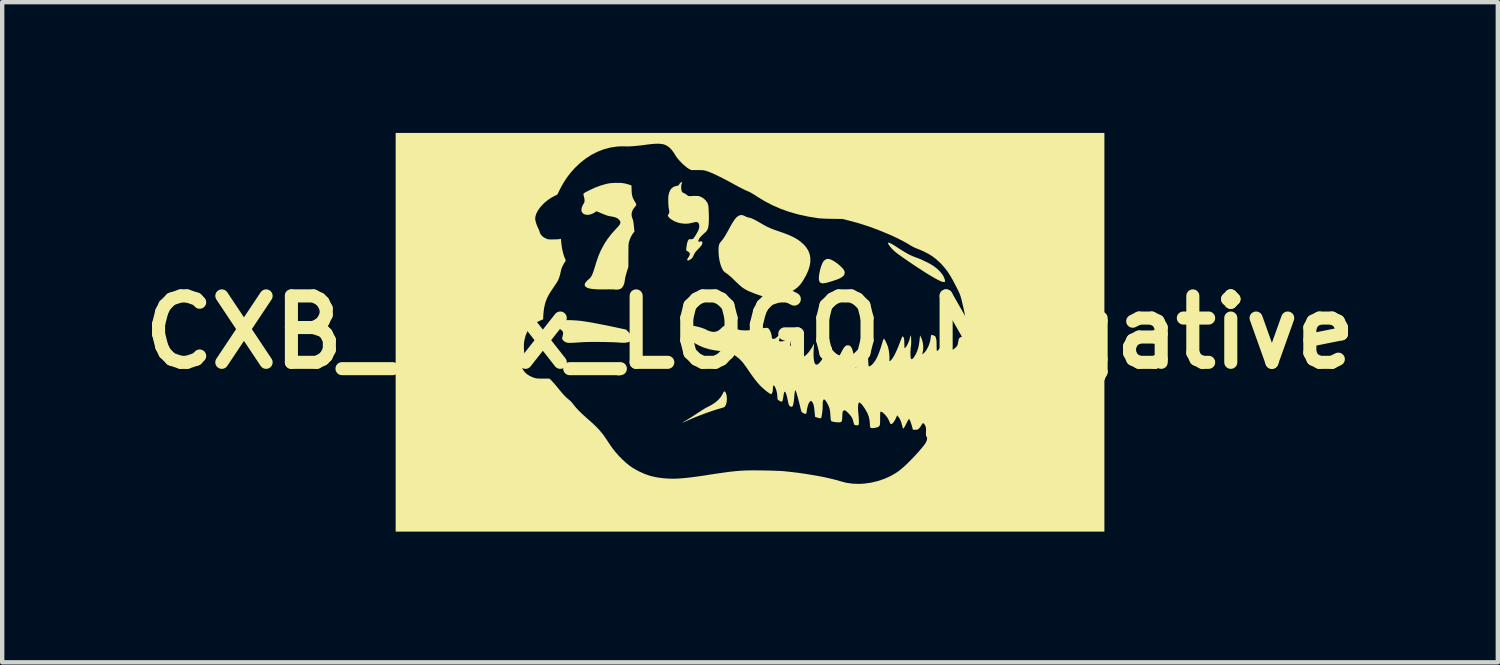
<source format=kicad_pcb>
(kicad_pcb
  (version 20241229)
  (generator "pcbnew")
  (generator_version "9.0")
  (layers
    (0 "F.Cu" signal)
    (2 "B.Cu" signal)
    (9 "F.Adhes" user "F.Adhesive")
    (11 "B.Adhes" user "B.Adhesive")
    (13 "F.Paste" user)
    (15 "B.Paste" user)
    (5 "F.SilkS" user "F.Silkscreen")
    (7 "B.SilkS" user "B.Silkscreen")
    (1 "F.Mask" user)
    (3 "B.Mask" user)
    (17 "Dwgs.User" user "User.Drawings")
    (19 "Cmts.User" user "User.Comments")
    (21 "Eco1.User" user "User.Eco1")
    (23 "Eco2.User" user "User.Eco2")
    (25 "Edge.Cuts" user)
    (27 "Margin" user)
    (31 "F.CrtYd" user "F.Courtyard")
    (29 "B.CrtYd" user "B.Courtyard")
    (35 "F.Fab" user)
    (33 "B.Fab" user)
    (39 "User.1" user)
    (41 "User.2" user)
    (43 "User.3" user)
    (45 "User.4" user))
  (footprint "CXB_Rex_LOGO_Negative"
    (layer "F.Cu")
    (at 14.159 4.574)
    (property "Reference" "CXB_Rex_LOGO_Negative" (at 0 0 0) (layer "F.SilkS") (effects (font (size 1.524 1.524) (thickness 0.3))))
    (attr board_only exclude_from_pos_files exclude_from_bom)
    (fp_poly (pts (xy -2.985 0.819) (xy -2.959 0.834) (xy -2.932 0.854) (xy -2.91 0.876) (xy -2.9 0.89) (xy -2.892 0.909) (xy -2.893 0.923) (xy -2.9 0.936) (xy -2.927 0.963) (xy -2.964 0.981) (xy -3.005 0.989) (xy -3.045 0.986) (xy -3.071 0.975) (xy -3.092 0.955) (xy -3.104 0.931) (xy -3.105 0.908) (xy -3.102 0.902) (xy -3.088 0.883) (xy -3.067 0.86) (xy -3.045 0.839) (xy -3.023 0.822) (xy -3.008 0.813) (xy -3.006 0.813)) (stroke (width 0) (type solid)) (fill yes) (layer "F.SilkS"))
    (fp_poly (pts (xy 1.825 -1.679) (xy 1.873 -1.66) (xy 1.927 -1.631) (xy 1.984 -1.593) (xy 2.041 -1.547) (xy 2.088 -1.504) (xy 2.121 -1.47) (xy 2.143 -1.444) (xy 2.158 -1.422) (xy 2.166 -1.401) (xy 2.168 -1.396) (xy 2.172 -1.358) (xy 2.164 -1.324) (xy 2.142 -1.293) (xy 2.104 -1.263) (xy 2.053 -1.234) (xy 2.027 -1.223) (xy 1.99 -1.209) (xy 1.944 -1.193) (xy 1.893 -1.176) (xy 1.843 -1.16) (xy 1.796 -1.147) (xy 1.758 -1.136) (xy 1.732 -1.131) (xy 1.706 -1.127) (xy 1.684 -1.123) (xy 1.681 -1.123) (xy 1.661 -1.123) (xy 1.637 -1.128) (xy 1.637 -1.128) (xy 1.61 -1.141) (xy 1.592 -1.164) (xy 1.582 -1.198) (xy 1.579 -1.245) (xy 1.584 -1.305) (xy 1.588 -1.33) (xy 1.599 -1.391) (xy 1.613 -1.452) (xy 1.631 -1.51) (xy 1.649 -1.561) (xy 1.668 -1.601) (xy 1.678 -1.618) (xy 1.711 -1.654) (xy 1.747 -1.677) (xy 1.784 -1.685) (xy 1.785 -1.685)) (stroke (width 0) (type solid)) (fill yes) (layer "F.SilkS"))
    (fp_poly (pts (xy -0.569 1.366) (xy -0.556 1.39) (xy -0.554 1.394) (xy -0.539 1.441) (xy -0.532 1.493) (xy -0.531 1.547) (xy -0.537 1.6) (xy -0.548 1.647) (xy -0.564 1.686) (xy -0.586 1.712) (xy -0.592 1.717) (xy -0.606 1.723) (xy -0.633 1.732) (xy -0.666 1.742) (xy -0.687 1.748) (xy -0.77 1.772) (xy -0.865 1.803) (xy -0.969 1.839) (xy -1.076 1.878) (xy -1.185 1.92) (xy -1.292 1.963) (xy -1.392 2.006) (xy -1.432 2.024) (xy -1.48 2.045) (xy -1.514 2.061) (xy -1.536 2.07) (xy -1.548 2.074) (xy -1.551 2.074) (xy -1.549 2.072) (xy -1.541 2.067) (xy -1.521 2.054) (xy -1.492 2.037) (xy -1.457 2.016) (xy -1.45 2.012) (xy -1.413 1.989) (xy -1.366 1.96) (xy -1.312 1.926) (xy -1.257 1.89) (xy -1.203 1.854) (xy -1.197 1.85) (xy -1.146 1.817) (xy -1.095 1.784) (xy -1.048 1.755) (xy -1.007 1.731) (xy -0.975 1.714) (xy -0.969 1.712) (xy -0.877 1.663) (xy -0.795 1.608) (xy -0.727 1.55) (xy -0.673 1.489) (xy -0.635 1.426) (xy -0.635 1.424) (xy -0.615 1.386) (xy -0.598 1.363) (xy -0.583 1.357)) (stroke (width 0) (type solid)) (fill yes) (layer "F.SilkS"))
    (fp_poly (pts (xy 3.208 -2.048) (xy 3.244 -2.03) (xy 3.291 -2.004) (xy 3.346 -1.969) (xy 3.365 -1.957) (xy 3.449 -1.902) (xy 3.522 -1.857) (xy 3.585 -1.819) (xy 3.642 -1.788) (xy 3.695 -1.762) (xy 3.746 -1.74) (xy 3.797 -1.72) (xy 3.814 -1.714) (xy 3.879 -1.69) (xy 3.951 -1.659) (xy 4.026 -1.623) (xy 4.098 -1.587) (xy 4.162 -1.551) (xy 4.199 -1.528) (xy 4.264 -1.481) (xy 4.324 -1.429) (xy 4.376 -1.374) (xy 4.418 -1.32) (xy 4.442 -1.278) (xy 4.456 -1.244) (xy 4.468 -1.213) (xy 4.473 -1.189) (xy 4.474 -1.186) (xy 4.474 -1.166) (xy 4.468 -1.157) (xy 4.451 -1.154) (xy 4.451 -1.154) (xy 4.425 -1.156) (xy 4.397 -1.163) (xy 4.396 -1.164) (xy 4.349 -1.184) (xy 4.29 -1.214) (xy 4.219 -1.253) (xy 4.138 -1.301) (xy 4.047 -1.356) (xy 3.947 -1.42) (xy 3.839 -1.49) (xy 3.724 -1.567) (xy 3.603 -1.649) (xy 3.557 -1.681) (xy 3.487 -1.73) (xy 3.428 -1.772) (xy 3.38 -1.807) (xy 3.34 -1.839) (xy 3.307 -1.867) (xy 3.279 -1.894) (xy 3.252 -1.921) (xy 3.231 -1.946) (xy 3.197 -1.988) (xy 3.176 -2.021) (xy 3.167 -2.044) (xy 3.171 -2.055) (xy 3.183 -2.057)) (stroke (width 0) (type solid)) (fill yes) (layer "F.SilkS"))
    (fp_poly (pts (xy -4.054 -0.275) (xy -3.985 -0.271) (xy -3.915 -0.265) (xy -3.83 -0.254) (xy -3.732 -0.239) (xy -3.618 -0.22) (xy -3.49 -0.196) (xy -3.347 -0.168) (xy -3.187 -0.135) (xy -3.012 -0.098) (xy -2.994 -0.094) (xy -2.842 -0.061) (xy -2.781 0.003) (xy -2.739 0.052) (xy -2.711 0.094) (xy -2.699 0.129) (xy -2.701 0.16) (xy -2.717 0.186) (xy -2.747 0.209) (xy -2.748 0.209) (xy -2.799 0.229) (xy -2.862 0.24) (xy -2.937 0.241) (xy -2.986 0.237) (xy -3.028 0.234) (xy -3.084 0.231) (xy -3.152 0.228) (xy -3.228 0.226) (xy -3.311 0.224) (xy -3.397 0.223) (xy -3.485 0.222) (xy -3.57 0.222) (xy -3.651 0.222) (xy -3.725 0.223) (xy -3.79 0.225) (xy -3.842 0.227) (xy -3.858 0.228) (xy -3.942 0.234) (xy -4.012 0.238) (xy -4.068 0.241) (xy -4.113 0.243) (xy -4.147 0.243) (xy -4.174 0.241) (xy -4.194 0.239) (xy -4.21 0.235) (xy -4.213 0.234) (xy -4.261 0.21) (xy -4.294 0.179) (xy -4.302 0.167) (xy -4.308 0.154) (xy -4.31 0.139) (xy -4.307 0.119) (xy -4.299 0.087) (xy -4.299 0.086) (xy -4.291 0.046) (xy -4.288 0.014) (xy -4.29 0.001) (xy -4.303 -0.026) (xy -4.331 -0.054) (xy -4.37 -0.079) (xy -4.4 -0.093) (xy -4.435 -0.113) (xy -4.457 -0.139) (xy -4.464 -0.167) (xy -4.457 -0.195) (xy -4.446 -0.21) (xy -4.419 -0.233) (xy -4.385 -0.251) (xy -4.342 -0.264) (xy -4.289 -0.273) (xy -4.224 -0.278) (xy -4.146 -0.279)) (stroke (width 0) (type solid)) (fill yes) (layer "F.SilkS"))
    (fp_poly (pts (xy -0.167 -2.686) (xy -0.126 -2.67) (xy -0.116 -2.664) (xy -0.086 -2.65) (xy -0.059 -2.639) (xy -0.04 -2.634) (xy -0.039 -2.634) (xy -0.007 -2.629) (xy 0.037 -2.613) (xy 0.093 -2.588) (xy 0.159 -2.553) (xy 0.234 -2.51) (xy 0.245 -2.503) (xy 0.318 -2.461) (xy 0.387 -2.424) (xy 0.457 -2.392) (xy 0.533 -2.361) (xy 0.621 -2.33) (xy 0.634 -2.325) (xy 0.736 -2.29) (xy 0.823 -2.258) (xy 0.898 -2.228) (xy 0.963 -2.199) (xy 1.021 -2.17) (xy 1.072 -2.14) (xy 1.12 -2.108) (xy 1.143 -2.092) (xy 1.223 -2.024) (xy 1.288 -1.951) (xy 1.336 -1.874) (xy 1.368 -1.793) (xy 1.384 -1.706) (xy 1.384 -1.615) (xy 1.368 -1.518) (xy 1.336 -1.417) (xy 1.288 -1.31) (xy 1.224 -1.198) (xy 1.194 -1.151) (xy 1.144 -1.085) (xy 1.089 -1.03) (xy 1.024 -0.98) (xy 0.984 -0.955) (xy 0.871 -0.894) (xy 0.757 -0.85) (xy 0.64 -0.822) (xy 0.52 -0.809) (xy 0.508 -0.809) (xy 0.461 -0.808) (xy 0.415 -0.809) (xy 0.374 -0.811) (xy 0.349 -0.814) (xy 0.31 -0.822) (xy 0.259 -0.836) (xy 0.201 -0.855) (xy 0.138 -0.877) (xy 0.074 -0.901) (xy 0.014 -0.925) (xy -0.04 -0.949) (xy -0.083 -0.97) (xy -0.085 -0.971) (xy -0.12 -0.991) (xy -0.153 -1.012) (xy -0.185 -1.035) (xy -0.219 -1.063) (xy -0.257 -1.096) (xy -0.301 -1.138) (xy -0.355 -1.19) (xy -0.356 -1.191) (xy -0.408 -1.241) (xy -0.456 -1.285) (xy -0.497 -1.32) (xy -0.53 -1.345) (xy -0.542 -1.353) (xy -0.579 -1.378) (xy -0.605 -1.404) (xy -0.625 -1.432) (xy -0.655 -1.493) (xy -0.681 -1.567) (xy -0.701 -1.65) (xy -0.715 -1.74) (xy -0.722 -1.832) (xy -0.722 -1.868) (xy -0.722 -1.926) (xy -0.718 -1.972) (xy -0.71 -2.008) (xy -0.698 -2.038) (xy -0.679 -2.066) (xy -0.663 -2.085) (xy -0.64 -2.113) (xy -0.616 -2.144) (xy -0.592 -2.181) (xy -0.564 -2.225) (xy -0.533 -2.279) (xy -0.496 -2.345) (xy -0.474 -2.386) (xy -0.431 -2.464) (xy -0.393 -2.527) (xy -0.36 -2.577) (xy -0.33 -2.615) (xy -0.303 -2.644) (xy -0.277 -2.663) (xy -0.275 -2.665) (xy -0.236 -2.684) (xy -0.201 -2.691)) (stroke (width 0) (type solid)) (fill yes) (layer "F.SilkS"))
    (fp_poly (pts (xy -2.952 -3.426) (xy -2.891 -3.418) (xy -2.832 -3.405) (xy -2.786 -3.391) (xy -2.721 -3.369) (xy -2.717 -3.258) (xy -2.714 -3.197) (xy -2.707 -3.149) (xy -2.697 -3.107) (xy -2.681 -3.067) (xy -2.658 -3.024) (xy -2.643 -2.998) (xy -2.626 -2.97) (xy -2.614 -2.945) (xy -2.609 -2.929) (xy -2.609 -2.927) (xy -2.614 -2.914) (xy -2.628 -2.892) (xy -2.649 -2.868) (xy -2.65 -2.866) (xy -2.688 -2.814) (xy -2.711 -2.758) (xy -2.718 -2.7) (xy -2.71 -2.642) (xy -2.695 -2.604) (xy -2.687 -2.581) (xy -2.679 -2.548) (xy -2.672 -2.501) (xy -2.665 -2.44) (xy -2.665 -2.44) (xy -2.652 -2.309) (xy -2.677 -2.281) (xy -2.704 -2.242) (xy -2.732 -2.192) (xy -2.757 -2.133) (xy -2.771 -2.091) (xy -2.777 -2.072) (xy -2.781 -2.055) (xy -2.784 -2.036) (xy -2.787 -2.013) (xy -2.788 -1.985) (xy -2.789 -1.948) (xy -2.79 -1.902) (xy -2.79 -1.843) (xy -2.791 -1.769) (xy -2.791 -1.766) (xy -2.791 -1.503) (xy -2.827 -1.389) (xy -2.844 -1.33) (xy -2.859 -1.273) (xy -2.869 -1.222) (xy -2.871 -1.2) (xy -2.884 -1.128) (xy -2.905 -1.07) (xy -2.933 -1.026) (xy -2.97 -0.997) (xy -2.972 -0.996) (xy -3.002 -0.985) (xy -3.04 -0.979) (xy -3.079 -0.978) (xy -3.104 -0.981) (xy -3.12 -0.983) (xy -3.149 -0.984) (xy -3.191 -0.985) (xy -3.24 -0.985) (xy -3.296 -0.984) (xy -3.329 -0.984) (xy -3.441 -0.983) (xy -3.536 -0.987) (xy -3.616 -0.993) (xy -3.68 -1.004) (xy -3.73 -1.019) (xy -3.765 -1.038) (xy -3.786 -1.06) (xy -3.794 -1.088) (xy -3.794 -1.091) (xy -3.787 -1.119) (xy -3.767 -1.151) (xy -3.738 -1.185) (xy -3.703 -1.214) (xy -3.678 -1.236) (xy -3.655 -1.264) (xy -3.633 -1.299) (xy -3.612 -1.345) (xy -3.591 -1.402) (xy -3.568 -1.473) (xy -3.557 -1.508) (xy -3.53 -1.598) (xy -3.504 -1.676) (xy -3.48 -1.744) (xy -3.455 -1.806) (xy -3.429 -1.865) (xy -3.407 -1.91) (xy -3.341 -2.03) (xy -3.266 -2.145) (xy -3.179 -2.258) (xy -3.077 -2.371) (xy -3.065 -2.383) (xy -3.026 -2.425) (xy -2.999 -2.459) (xy -2.981 -2.486) (xy -2.974 -2.509) (xy -2.975 -2.53) (xy -2.982 -2.552) (xy -2.985 -2.556) (xy -3.013 -2.593) (xy -3.057 -2.623) (xy -3.116 -2.645) (xy -3.189 -2.659) (xy -3.195 -2.66) (xy -3.227 -2.665) (xy -3.261 -2.673) (xy -3.3 -2.686) (xy -3.349 -2.705) (xy -3.392 -2.722) (xy -3.523 -2.777) (xy -3.566 -2.748) (xy -3.618 -2.719) (xy -3.671 -2.701) (xy -3.722 -2.694) (xy -3.768 -2.698) (xy -3.808 -2.711) (xy -3.84 -2.734) (xy -3.861 -2.767) (xy -3.868 -2.793) (xy -3.867 -2.834) (xy -3.854 -2.88) (xy -3.833 -2.927) (xy -3.819 -2.949) (xy -3.804 -2.975) (xy -3.797 -3.001) (xy -3.796 -3.032) (xy -3.801 -3.071) (xy -3.811 -3.112) (xy -3.818 -3.138) (xy -3.822 -3.157) (xy -3.822 -3.171) (xy -3.816 -3.184) (xy -3.803 -3.196) (xy -3.78 -3.21) (xy -3.745 -3.228) (xy -3.698 -3.252) (xy -3.693 -3.255) (xy -3.566 -3.315) (xy -3.44 -3.363) (xy -3.32 -3.398) (xy -3.272 -3.41) (xy -3.228 -3.418) (xy -3.182 -3.423) (xy -3.128 -3.427) (xy -3.1 -3.428) (xy -3.02 -3.429)) (stroke (width 0) (type solid)) (fill yes) (layer "F.SilkS"))
    (fp_poly (pts (xy -1.557 -3.441) (xy -1.563 -3.424) (xy -1.565 -3.42) (xy -1.575 -3.389) (xy -1.579 -3.343) (xy -1.579 -3.324) (xy -1.576 -3.272) (xy -1.567 -3.235) (xy -1.551 -3.21) (xy -1.527 -3.198) (xy -1.525 -3.197) (xy -1.505 -3.189) (xy -1.479 -3.173) (xy -1.455 -3.156) (xy -1.43 -3.137) (xy -1.412 -3.127) (xy -1.394 -3.123) (xy -1.37 -3.124) (xy -1.364 -3.125) (xy -1.332 -3.126) (xy -1.291 -3.128) (xy -1.25 -3.129) (xy -1.245 -3.129) (xy -1.207 -3.128) (xy -1.179 -3.126) (xy -1.155 -3.119) (xy -1.127 -3.107) (xy -1.116 -3.102) (xy -1.061 -3.067) (xy -1.014 -3.023) (xy -0.979 -2.972) (xy -0.967 -2.945) (xy -0.962 -2.927) (xy -0.957 -2.907) (xy -0.954 -2.881) (xy -0.951 -2.847) (xy -0.949 -2.802) (xy -0.947 -2.744) (xy -0.945 -2.706) (xy -0.944 -2.615) (xy -0.945 -2.539) (xy -0.949 -2.476) (xy -0.956 -2.424) (xy -0.967 -2.382) (xy -0.981 -2.347) (xy -1.001 -2.318) (xy -1.025 -2.293) (xy -1.033 -2.287) (xy -1.091 -2.235) (xy -1.136 -2.188) (xy -1.167 -2.146) (xy -1.183 -2.11) (xy -1.186 -2.091) (xy -1.183 -2.079) (xy -1.173 -2.077) (xy -1.162 -2.079) (xy -1.13 -2.086) (xy -1.109 -2.086) (xy -1.099 -2.078) (xy -1.094 -2.062) (xy -1.094 -2.061) (xy -1.095 -2.036) (xy -1.104 -2.011) (xy -1.123 -1.982) (xy -1.152 -1.948) (xy -1.19 -1.909) (xy -1.232 -1.865) (xy -1.262 -1.827) (xy -1.282 -1.791) (xy -1.283 -1.79) (xy -1.296 -1.761) (xy -1.309 -1.734) (xy -1.316 -1.72) (xy -1.33 -1.701) (xy -1.355 -1.68) (xy -1.383 -1.661) (xy -1.408 -1.649) (xy -1.411 -1.648) (xy -1.43 -1.649) (xy -1.439 -1.654) (xy -1.443 -1.666) (xy -1.437 -1.682) (xy -1.427 -1.697) (xy -1.4 -1.74) (xy -1.385 -1.773) (xy -1.381 -1.8) (xy -1.388 -1.821) (xy -1.406 -1.841) (xy -1.406 -1.841) (xy -1.427 -1.856) (xy -1.447 -1.867) (xy -1.449 -1.868) (xy -1.458 -1.872) (xy -1.463 -1.88) (xy -1.464 -1.895) (xy -1.462 -1.922) (xy -1.461 -1.934) (xy -1.454 -1.99) (xy -1.444 -2.041) (xy -1.432 -2.083) (xy -1.418 -2.113) (xy -1.415 -2.117) (xy -1.403 -2.131) (xy -1.388 -2.136) (xy -1.363 -2.136) (xy -1.36 -2.136) (xy -1.337 -2.135) (xy -1.32 -2.138) (xy -1.304 -2.148) (xy -1.288 -2.167) (xy -1.267 -2.197) (xy -1.257 -2.212) (xy -1.217 -2.279) (xy -1.188 -2.336) (xy -1.17 -2.385) (xy -1.164 -2.428) (xy -1.167 -2.466) (xy -1.169 -2.472) (xy -1.179 -2.5) (xy -1.194 -2.518) (xy -1.216 -2.528) (xy -1.247 -2.529) (xy -1.289 -2.522) (xy -1.342 -2.508) (xy -1.421 -2.493) (xy -1.505 -2.491) (xy -1.589 -2.501) (xy -1.672 -2.522) (xy -1.748 -2.554) (xy -1.815 -2.596) (xy -1.839 -2.615) (xy -1.868 -2.644) (xy -1.883 -2.668) (xy -1.885 -2.686) (xy -1.877 -2.7) (xy -1.857 -2.732) (xy -1.851 -2.768) (xy -1.858 -2.807) (xy -1.864 -2.84) (xy -1.87 -2.885) (xy -1.874 -2.938) (xy -1.876 -2.994) (xy -1.876 -3.049) (xy -1.875 -3.098) (xy -1.872 -3.135) (xy -1.855 -3.206) (xy -1.829 -3.265) (xy -1.793 -3.309) (xy -1.747 -3.34) (xy -1.691 -3.358) (xy -1.678 -3.36) (xy -1.653 -3.364) (xy -1.638 -3.373) (xy -1.627 -3.39) (xy -1.624 -3.396) (xy -1.606 -3.422) (xy -1.582 -3.44) (xy -1.559 -3.447)) (stroke (width 0) (type solid)) (fill yes) (layer "F.SilkS"))
    (fp_poly (pts (xy 8.131 4.574) (xy -8.131 4.574) (xy -8.131 0.758) (xy -5.242 0.758) (xy -5.231 0.812) (xy -5.206 0.864) (xy -5.169 0.914) (xy -5.12 0.96) (xy -5.059 0.999) (xy -4.989 1.032) (xy -4.968 1.039) (xy -4.942 1.048) (xy -4.919 1.054) (xy -4.895 1.058) (xy -4.868 1.061) (xy -4.833 1.062) (xy -4.786 1.063) (xy -4.752 1.063) (xy -4.605 1.063) (xy -4.563 1.1) (xy -4.545 1.118) (xy -4.519 1.147) (xy -4.487 1.183) (xy -4.451 1.225) (xy -4.414 1.27) (xy -4.404 1.282) (xy -4.347 1.352) (xy -4.298 1.409) (xy -4.254 1.457) (xy -4.215 1.496) (xy -4.179 1.528) (xy -4.148 1.553) (xy -4.123 1.575) (xy -4.094 1.604) (xy -4.067 1.637) (xy -4.063 1.642) (xy -4.026 1.69) (xy -3.987 1.736) (xy -3.943 1.783) (xy -3.893 1.833) (xy -3.836 1.888) (xy -3.767 1.95) (xy -3.732 1.982) (xy -3.656 2.049) (xy -3.591 2.108) (xy -3.536 2.16) (xy -3.488 2.209) (xy -3.445 2.257) (xy -3.405 2.305) (xy -3.365 2.356) (xy -3.325 2.412) (xy -3.282 2.475) (xy -3.245 2.532) (xy -3.171 2.641) (xy -3.096 2.738) (xy -3.017 2.828) (xy -2.929 2.918) (xy -2.849 2.992) (xy -2.773 3.054) (xy -2.696 3.108) (xy -2.614 3.157) (xy -2.545 3.193) (xy -2.417 3.25) (xy -2.292 3.294) (xy -2.164 3.325) (xy -2.033 3.344) (xy -1.962 3.351) (xy -1.894 3.356) (xy -1.826 3.359) (xy -1.756 3.36) (xy -1.684 3.358) (xy -1.607 3.354) (xy -1.524 3.347) (xy -1.433 3.338) (xy -1.332 3.326) (xy -1.22 3.311) (xy -1.095 3.293) (xy -0.954 3.272) (xy -0.94 3.269) (xy -0.808 3.249) (xy -0.69 3.232) (xy -0.585 3.217) (xy -0.49 3.204) (xy -0.403 3.194) (xy -0.321 3.186) (xy -0.243 3.179) (xy -0.167 3.174) (xy -0.09 3.171) (xy -0.009 3.169) (xy 0.076 3.168) (xy 0.169 3.169) (xy 0.271 3.17) (xy 0.3 3.17) (xy 0.395 3.172) (xy 0.487 3.174) (xy 0.572 3.177) (xy 0.649 3.18) (xy 0.715 3.183) (xy 0.767 3.187) (xy 0.779 3.188) (xy 0.939 3.205) (xy 1.1 3.224) (xy 1.259 3.247) (xy 1.415 3.272) (xy 1.566 3.298) (xy 1.709 3.326) (xy 1.842 3.356) (xy 1.963 3.386) (xy 2.07 3.416) (xy 2.089 3.422) (xy 2.219 3.455) (xy 2.356 3.474) (xy 2.499 3.479) (xy 2.627 3.472) (xy 2.784 3.449) (xy 2.937 3.412) (xy 3.084 3.362) (xy 3.222 3.3) (xy 3.35 3.226) (xy 3.422 3.176) (xy 3.479 3.13) (xy 3.545 3.072) (xy 3.616 3.005) (xy 3.691 2.93) (xy 3.768 2.85) (xy 3.844 2.768) (xy 3.917 2.684) (xy 3.938 2.659) (xy 3.978 2.61) (xy 4.008 2.571) (xy 4.029 2.538) (xy 4.044 2.51) (xy 4.054 2.483) (xy 4.058 2.469) (xy 4.063 2.441) (xy 4.063 2.423) (xy 4.056 2.406) (xy 4.05 2.396) (xy 4.042 2.38) (xy 4.038 2.363) (xy 4.036 2.341) (xy 4.036 2.309) (xy 4.038 2.287) (xy 4.039 2.24) (xy 4.037 2.2) (xy 4.032 2.171) (xy 4.032 2.171) (xy 4.022 2.144) (xy 4.006 2.117) (xy 3.989 2.096) (xy 3.974 2.085) (xy 3.969 2.084) (xy 3.961 2.09) (xy 3.947 2.109) (xy 3.931 2.134) (xy 3.93 2.135) (xy 3.91 2.166) (xy 3.889 2.194) (xy 3.872 2.211) (xy 3.854 2.225) (xy 3.836 2.233) (xy 3.812 2.236) (xy 3.791 2.236) (xy 3.738 2.236) (xy 3.715 2.153) (xy 3.697 2.095) (xy 3.681 2.048) (xy 3.666 2.015) (xy 3.654 1.995) (xy 3.647 1.99) (xy 3.64 1.998) (xy 3.627 2.017) (xy 3.611 2.046) (xy 3.593 2.081) (xy 3.568 2.131) (xy 3.547 2.17) (xy 3.529 2.196) (xy 3.516 2.209) (xy 3.511 2.209) (xy 3.507 2.2) (xy 3.5 2.178) (xy 3.492 2.147) (xy 3.486 2.124) (xy 3.468 2.061) (xy 3.447 2.009) (xy 3.423 1.965) (xy 3.402 1.937) (xy 3.377 1.904) (xy 3.359 1.945) (xy 3.333 1.999) (xy 3.311 2.04) (xy 3.288 2.071) (xy 3.277 2.083) (xy 3.252 2.103) (xy 3.233 2.108) (xy 3.219 2.097) (xy 3.21 2.077) (xy 3.2 2.053) (xy 3.186 2.022) (xy 3.17 1.989) (xy 3.15 1.956) (xy 3.124 1.921) (xy 3.095 1.888) (xy 3.065 1.859) (xy 3.038 1.837) (xy 3.016 1.824) (xy 3.005 1.822) (xy 2.998 1.824) (xy 2.993 1.827) (xy 2.989 1.835) (xy 2.987 1.85) (xy 2.986 1.875) (xy 2.986 1.91) (xy 2.985 1.96) (xy 2.985 1.973) (xy 2.985 2.033) (xy 2.984 2.077) (xy 2.981 2.11) (xy 2.976 2.134) (xy 2.968 2.15) (xy 2.957 2.161) (xy 2.942 2.171) (xy 2.939 2.172) (xy 2.911 2.183) (xy 2.876 2.191) (xy 2.838 2.197) (xy 2.804 2.199) (xy 2.78 2.196) (xy 2.777 2.195) (xy 2.767 2.191) (xy 2.761 2.183) (xy 2.756 2.171) (xy 2.753 2.149) (xy 2.751 2.115) (xy 2.75 2.099) (xy 2.741 2.01) (xy 2.723 1.932) (xy 2.695 1.859) (xy 2.663 1.799) (xy 2.626 1.739) (xy 2.591 1.689) (xy 2.56 1.65) (xy 2.533 1.625) (xy 2.527 1.62) (xy 2.511 1.611) (xy 2.502 1.612) (xy 2.494 1.62) (xy 2.486 1.641) (xy 2.481 1.676) (xy 2.478 1.722) (xy 2.479 1.776) (xy 2.483 1.834) (xy 2.486 1.865) (xy 2.492 1.927) (xy 2.496 1.985) (xy 2.498 2.038) (xy 2.497 2.08) (xy 2.494 2.11) (xy 2.493 2.115) (xy 2.488 2.127) (xy 2.476 2.133) (xy 2.453 2.134) (xy 2.449 2.134) (xy 2.422 2.132) (xy 2.401 2.126) (xy 2.397 2.123) (xy 2.389 2.111) (xy 2.38 2.086) (xy 2.371 2.054) (xy 2.369 2.046) (xy 2.357 2.001) (xy 2.341 1.962) (xy 2.331 1.945) (xy 2.307 1.913) (xy 2.278 1.879) (xy 2.248 1.847) (xy 2.219 1.82) (xy 2.195 1.801) (xy 2.185 1.795) (xy 2.165 1.789) (xy 2.152 1.793) (xy 2.14 1.803) (xy 2.132 1.812) (xy 2.127 1.825) (xy 2.123 1.843) (xy 2.12 1.871) (xy 2.118 1.911) (xy 2.117 1.926) (xy 2.115 1.978) (xy 2.11 2.016) (xy 2.103 2.041) (xy 2.091 2.056) (xy 2.074 2.064) (xy 2.049 2.066) (xy 2.038 2.066) (xy 1.993 2.065) (xy 1.95 2.06) (xy 1.912 2.054) (xy 1.882 2.046) (xy 1.865 2.038) (xy 1.865 2.038) (xy 1.859 2.027) (xy 1.853 2.005) (xy 1.849 1.972) (xy 1.846 1.925) (xy 1.845 1.916) (xy 1.841 1.854) (xy 1.835 1.805) (xy 1.828 1.764) (xy 1.817 1.727) (xy 1.803 1.691) (xy 1.786 1.656) (xy 1.757 1.603) (xy 1.732 1.566) (xy 1.711 1.545) (xy 1.694 1.541) (xy 1.681 1.554) (xy 1.672 1.583) (xy 1.667 1.628) (xy 1.667 1.679) (xy 1.665 1.765) (xy 1.655 1.854) (xy 1.638 1.951) (xy 1.634 1.966) (xy 1.625 1.972) (xy 1.608 1.972) (xy 1.596 1.97) (xy 1.563 1.964) (xy 1.53 1.953) (xy 1.526 1.952) (xy 1.492 1.938) (xy 1.487 1.882) (xy 1.481 1.82) (xy 1.475 1.764) (xy 1.468 1.715) (xy 1.461 1.678) (xy 1.457 1.66) (xy 1.444 1.626) (xy 1.427 1.598) (xy 1.41 1.58) (xy 1.398 1.575) (xy 1.379 1.583) (xy 1.359 1.607) (xy 1.341 1.643) (xy 1.325 1.692) (xy 1.311 1.75) (xy 1.302 1.802) (xy 1.297 1.836) (xy 1.293 1.857) (xy 1.288 1.867) (xy 1.28 1.871) (xy 1.271 1.872) (xy 1.25 1.867) (xy 1.225 1.856) (xy 1.213 1.849) (xy 1.198 1.839) (xy 1.187 1.829) (xy 1.179 1.815) (xy 1.172 1.796) (xy 1.164 1.766) (xy 1.155 1.728) (xy 1.142 1.671) (xy 1.127 1.612) (xy 1.111 1.552) (xy 1.096 1.494) (xy 1.081 1.443) (xy 1.069 1.4) (xy 1.059 1.37) (xy 1.055 1.359) (xy 1.044 1.339) (xy 1.036 1.333) (xy 1.034 1.335) (xy 1.031 1.345) (xy 1.027 1.37) (xy 1.022 1.405) (xy 1.018 1.447) (xy 1.017 1.465) (xy 1.011 1.533) (xy 1.004 1.586) (xy 0.998 1.628) (xy 0.99 1.661) (xy 0.981 1.688) (xy 0.967 1.706) (xy 0.946 1.71) (xy 0.921 1.7) (xy 0.91 1.692) (xy 0.9 1.681) (xy 0.892 1.666) (xy 0.884 1.643) (xy 0.876 1.61) (xy 0.868 1.573) (xy 0.853 1.499) (xy 0.838 1.442) (xy 0.824 1.4) (xy 0.811 1.375) (xy 0.798 1.365) (xy 0.787 1.369) (xy 0.782 1.381) (xy 0.776 1.405) (xy 0.77 1.439) (xy 0.767 1.462) (xy 0.758 1.517) (xy 0.749 1.557) (xy 0.741 1.581) (xy 0.731 1.592) (xy 0.728 1.592) (xy 0.709 1.588) (xy 0.683 1.576) (xy 0.658 1.562) (xy 0.644 1.551) (xy 0.634 1.537) (xy 0.629 1.519) (xy 0.627 1.491) (xy 0.627 1.476) (xy 0.62 1.397) (xy 0.6 1.317) (xy 0.579 1.266) (xy 0.562 1.235) (xy 0.548 1.22) (xy 0.537 1.222) (xy 0.529 1.241) (xy 0.525 1.276) (xy 0.524 1.299) (xy 0.522 1.338) (xy 0.518 1.366) (xy 0.509 1.388) (xy 0.498 1.405) (xy 0.484 1.425) (xy 0.452 1.405) (xy 0.413 1.379) (xy 0.366 1.343) (xy 0.317 1.301) (xy 0.269 1.258) (xy 0.23 1.221) (xy 0.181 1.166) (xy 0.124 1.097) (xy 0.062 1.014) (xy -0.007 0.917) (xy -0.049 0.855) (xy -0.079 0.811) (xy -0.112 0.766) (xy -0.142 0.725) (xy -0.167 0.692) (xy -0.175 0.682) (xy -0.246 0.608) (xy -0.322 0.548) (xy -0.407 0.501) (xy -0.5 0.466) (xy -0.605 0.442) (xy -0.678 0.432) (xy -0.817 0.413) (xy -0.944 0.387) (xy -1.059 0.351) (xy -1.165 0.307) (xy -1.264 0.253) (xy -1.297 0.232) (xy -1.348 0.194) (xy -1.402 0.146) (xy -1.452 0.094) (xy -1.495 0.044) (xy -1.508 0.025) (xy -1.527 -0.005) (xy -1.546 -0.038) (xy -1.564 -0.072) (xy -1.578 -0.102) (xy -1.588 -0.126) (xy -1.59 -0.139) (xy -1.59 -0.141) (xy -1.577 -0.146) (xy -1.55 -0.151) (xy -1.515 -0.155) (xy -1.475 -0.157) (xy -1.433 -0.159) (xy -1.394 -0.158) (xy -1.381 -0.158) (xy -1.324 -0.152) (xy -1.262 -0.141) (xy -1.198 -0.127) (xy -1.135 -0.11) (xy -1.079 -0.092) (xy -1.031 -0.073) (xy -0.997 -0.056) (xy -0.965 -0.039) (xy -0.924 -0.025) (xy -0.881 -0.014) (xy -0.843 -0.009) (xy -0.839 -0.008) (xy -0.786 -0.014) (xy -0.739 -0.031) (xy -0.694 -0.062) (xy -0.664 -0.09) (xy -0.638 -0.115) (xy -0.613 -0.135) (xy -0.594 -0.147) (xy -0.589 -0.149) (xy -0.558 -0.152) (xy -0.519 -0.149) (xy -0.47 -0.137) (xy -0.41 -0.117) (xy -0.356 -0.096) (xy -0.308 -0.077) (xy -0.273 -0.064) (xy -0.244 -0.055) (xy -0.219 -0.05) (xy -0.193 -0.046) (xy -0.162 -0.045) (xy -0.142 -0.044) (xy -0.093 -0.043) (xy -0.045 -0.045) (xy 0.007 -0.049) (xy 0.065 -0.056) (xy 0.133 -0.067) (xy 0.211 -0.081) (xy 0.257 -0.089) (xy 0.302 -0.095) (xy 0.34 -0.1) (xy 0.367 -0.102) (xy 0.369 -0.102) (xy 0.397 -0.101) (xy 0.414 -0.095) (xy 0.428 -0.083) (xy 0.435 -0.074) (xy 0.47 -0.015) (xy 0.491 0.051) (xy 0.497 0.089) (xy 0.5 0.119) (xy 0.505 0.137) (xy 0.512 0.145) (xy 0.522 0.149) (xy 0.546 0.151) (xy 0.565 0.148) (xy 0.583 0.139) (xy 0.607 0.12) (xy 0.635 0.095) (xy 0.662 0.067) (xy 0.684 0.04) (xy 0.689 0.034) (xy 0.697 0.022) (xy 0.701 0.021) (xy 0.701 0.032) (xy 0.699 0.058) (xy 0.692 0.093) (xy 0.682 0.132) (xy 0.676 0.15) (xy 0.668 0.175) (xy 0.663 0.194) (xy 0.664 0.201) (xy 0.674 0.204) (xy 0.696 0.208) (xy 0.71 0.21) (xy 0.755 0.206) (xy 0.8 0.186) (xy 0.845 0.152) (xy 0.886 0.104) (xy 0.898 0.085) (xy 0.912 0.065) (xy 0.926 0.095) (xy 0.937 0.133) (xy 0.939 0.179) (xy 0.934 0.228) (xy 0.927 0.257) (xy 0.92 0.287) (xy 0.92 0.304) (xy 0.93 0.312) (xy 0.949 0.313) (xy 0.994 0.305) (xy 1.039 0.281) (xy 1.083 0.242) (xy 1.126 0.189) (xy 1.135 0.176) (xy 1.152 0.151) (xy 1.162 0.139) (xy 1.168 0.138) (xy 1.171 0.146) (xy 1.171 0.146) (xy 1.177 0.166) (xy 1.186 0.192) (xy 1.189 0.199) (xy 1.199 0.24) (xy 1.201 0.292) (xy 1.197 0.347) (xy 1.19 0.385) (xy 1.182 0.427) (xy 1.178 0.47) (xy 1.178 0.509) (xy 1.182 0.539) (xy 1.189 0.554) (xy 1.205 0.565) (xy 1.227 0.562) (xy 1.256 0.545) (xy 1.294 0.514) (xy 1.298 0.51) (xy 1.331 0.475) (xy 1.366 0.431) (xy 1.399 0.384) (xy 1.428 0.338) (xy 1.449 0.299) (xy 1.452 0.293) (xy 1.461 0.274) (xy 1.467 0.264) (xy 1.468 0.263) (xy 1.469 0.273) (xy 1.468 0.295) (xy 1.466 0.326) (xy 1.464 0.339) (xy 1.459 0.423) (xy 1.457 0.501) (xy 1.459 0.571) (xy 1.465 0.632) (xy 1.474 0.68) (xy 1.484 0.709) (xy 1.501 0.734) (xy 1.521 0.743) (xy 1.548 0.737) (xy 1.554 0.735) (xy 1.58 0.715) (xy 1.61 0.682) (xy 1.642 0.638) (xy 1.673 0.587) (xy 1.703 0.53) (xy 1.729 0.471) (xy 1.751 0.412) (xy 1.764 0.365) (xy 1.774 0.327) (xy 1.782 0.304) (xy 1.792 0.294) (xy 1.806 0.294) (xy 1.827 0.304) (xy 1.841 0.312) (xy 1.858 0.325) (xy 1.871 0.342) (xy 1.88 0.365) (xy 1.885 0.398) (xy 1.887 0.442) (xy 1.887 0.5) (xy 1.886 0.529) (xy 1.885 0.576) (xy 1.885 0.617) (xy 1.885 0.65) (xy 1.885 0.67) (xy 1.886 0.675) (xy 1.893 0.681) (xy 1.908 0.676) (xy 1.917 0.672) (xy 1.956 0.648) (xy 1.991 0.617) (xy 2.025 0.577) (xy 2.059 0.526) (xy 2.095 0.46) (xy 2.103 0.443) (xy 2.133 0.388) (xy 2.16 0.347) (xy 2.185 0.32) (xy 2.21 0.304) (xy 2.224 0.3) (xy 2.258 0.299) (xy 2.288 0.308) (xy 2.313 0.33) (xy 2.335 0.365) (xy 2.353 0.414) (xy 2.369 0.477) (xy 2.382 0.556) (xy 2.392 0.645) (xy 2.398 0.703) (xy 2.403 0.746) (xy 2.407 0.776) (xy 2.411 0.796) (xy 2.415 0.807) (xy 2.419 0.812) (xy 2.423 0.813) (xy 2.432 0.806) (xy 2.447 0.789) (xy 2.466 0.764) (xy 2.486 0.736) (xy 2.504 0.707) (xy 2.515 0.687) (xy 2.537 0.628) (xy 2.551 0.558) (xy 2.557 0.479) (xy 2.554 0.395) (xy 2.545 0.326) (xy 2.539 0.293) (xy 2.536 0.267) (xy 2.534 0.252) (xy 2.534 0.25) (xy 2.543 0.251) (xy 2.563 0.257) (xy 2.583 0.263) (xy 2.627 0.284) (xy 2.661 0.316) (xy 2.686 0.362) (xy 2.69 0.372) (xy 2.695 0.39) (xy 2.7 0.415) (xy 2.703 0.448) (xy 2.706 0.492) (xy 2.708 0.549) (xy 2.709 0.59) (xy 2.712 0.66) (xy 2.715 0.713) (xy 2.718 0.75) (xy 2.722 0.773) (xy 2.725 0.78) (xy 2.738 0.783) (xy 2.76 0.773) (xy 2.786 0.754) (xy 2.815 0.726) (xy 2.842 0.695) (xy 2.87 0.656) (xy 2.897 0.61) (xy 2.924 0.556) (xy 2.951 0.492) (xy 2.978 0.418) (xy 3.008 0.33) (xy 3.039 0.227) (xy 3.042 0.217) (xy 3.052 0.185) (xy 3.062 0.161) (xy 3.069 0.148) (xy 3.071 0.147) (xy 3.078 0.152) (xy 3.091 0.171) (xy 3.106 0.198) (xy 3.123 0.232) (xy 3.139 0.269) (xy 3.154 0.306) (xy 3.166 0.339) (xy 3.178 0.389) (xy 3.189 0.448) (xy 3.196 0.51) (xy 3.2 0.567) (xy 3.199 0.614) (xy 3.197 0.643) (xy 3.198 0.659) (xy 3.202 0.663) (xy 3.209 0.661) (xy 3.21 0.661) (xy 3.236 0.639) (xy 3.265 0.603) (xy 3.298 0.551) (xy 3.333 0.485) (xy 3.37 0.405) (xy 3.409 0.312) (xy 3.436 0.242) (xy 3.452 0.201) (xy 3.466 0.164) (xy 3.479 0.134) (xy 3.487 0.116) (xy 3.487 0.115) (xy 3.499 0.091) (xy 3.518 0.109) (xy 3.525 0.118) (xy 3.53 0.129) (xy 3.534 0.146) (xy 3.537 0.171) (xy 3.539 0.208) (xy 3.54 0.247) (xy 3.544 0.366) (xy 3.568 0.347) (xy 3.587 0.326) (xy 3.607 0.292) (xy 3.628 0.249) (xy 3.648 0.201) (xy 3.663 0.151) (xy 3.666 0.141) (xy 3.674 0.11) (xy 3.681 0.085) (xy 3.686 0.072) (xy 3.687 0.071) (xy 3.69 0.075) (xy 3.693 0.093) (xy 3.696 0.121) (xy 3.697 0.156) (xy 3.698 0.195) (xy 3.698 0.234) (xy 3.697 0.271) (xy 3.695 0.302) (xy 3.692 0.319) (xy 3.687 0.355) (xy 3.684 0.399) (xy 3.681 0.446) (xy 3.681 0.493) (xy 3.682 0.536) (xy 3.685 0.571) (xy 3.689 0.594) (xy 3.691 0.599) (xy 3.702 0.614) (xy 3.711 0.618) (xy 3.726 0.611) (xy 3.746 0.591) (xy 3.768 0.561) (xy 3.791 0.524) (xy 3.812 0.485) (xy 3.839 0.423) (xy 3.859 0.36) (xy 3.874 0.292) (xy 3.886 0.213) (xy 3.89 0.178) (xy 3.901 0.072) (xy 3.923 0.115) (xy 3.949 0.178) (xy 3.966 0.251) (xy 3.974 0.327) (xy 3.972 0.401) (xy 3.961 0.463) (xy 3.949 0.507) (xy 3.973 0.491) (xy 4.013 0.454) (xy 4.05 0.403) (xy 4.084 0.342) (xy 4.112 0.273) (xy 4.133 0.201) (xy 4.146 0.127) (xy 4.147 0.116) (xy 4.152 0.084) (xy 4.157 0.064) (xy 4.162 0.059) (xy 4.176 0.062) (xy 4.199 0.068) (xy 4.212 0.073) (xy 4.235 0.082) (xy 4.248 0.092) (xy 4.258 0.108) (xy 4.266 0.134) (xy 4.273 0.161) (xy 4.278 0.192) (xy 4.28 0.232) (xy 4.281 0.284) (xy 4.281 0.307) (xy 4.282 0.351) (xy 4.283 0.388) (xy 4.285 0.415) (xy 4.287 0.43) (xy 4.288 0.432) (xy 4.297 0.426) (xy 4.313 0.412) (xy 4.326 0.4) (xy 4.362 0.354) (xy 4.392 0.292) (xy 4.417 0.216) (xy 4.424 0.188) (xy 4.442 0.109) (xy 4.473 0.113) (xy 4.501 0.12) (xy 4.525 0.131) (xy 4.526 0.131) (xy 4.536 0.139) (xy 4.543 0.148) (xy 4.546 0.163) (xy 4.548 0.186) (xy 4.548 0.223) (xy 4.548 0.223) (xy 4.546 0.266) (xy 4.543 0.309) (xy 4.537 0.345) (xy 4.536 0.351) (xy 4.529 0.382) (xy 4.524 0.409) (xy 4.523 0.422) (xy 4.525 0.436) (xy 4.533 0.44) (xy 4.553 0.438) (xy 4.6 0.424) (xy 4.649 0.401) (xy 4.695 0.371) (xy 4.732 0.336) (xy 4.756 0.303) (xy 4.764 0.283) (xy 4.771 0.253) (xy 4.777 0.22) (xy 4.782 0.187) (xy 4.789 0.16) (xy 4.794 0.143) (xy 4.794 0.143) (xy 4.81 0.127) (xy 4.835 0.112) (xy 4.865 0.1) (xy 4.892 0.094) (xy 4.897 0.093) (xy 4.908 0.092) (xy 4.916 0.086) (xy 4.922 0.072) (xy 4.928 0.047) (xy 4.931 0.032) (xy 4.935 -0.004) (xy 4.939 -0.054) (xy 4.941 -0.114) (xy 4.942 -0.182) (xy 4.942 -0.186) (xy 4.941 -0.24) (xy 4.94 -0.287) (xy 4.937 -0.331) (xy 4.933 -0.373) (xy 4.927 -0.416) (xy 4.918 -0.465) (xy 4.906 -0.52) (xy 4.891 -0.586) (xy 4.872 -0.665) (xy 4.868 -0.682) (xy 4.854 -0.741) (xy 4.842 -0.787) (xy 4.831 -0.826) (xy 4.819 -0.859) (xy 4.806 -0.893) (xy 4.789 -0.93) (xy 4.768 -0.974) (xy 4.742 -1.025) (xy 4.688 -1.13) (xy 4.639 -1.221) (xy 4.592 -1.3) (xy 4.547 -1.371) (xy 4.502 -1.434) (xy 4.455 -1.492) (xy 4.406 -1.548) (xy 4.363 -1.593) (xy 4.278 -1.671) (xy 4.189 -1.74) (xy 4.092 -1.8) (xy 3.986 -1.855) (xy 3.866 -1.906) (xy 3.828 -1.921) (xy 3.773 -1.944) (xy 3.72 -1.971) (xy 3.674 -1.998) (xy 3.673 -1.998) (xy 3.633 -2.023) (xy 3.581 -2.053) (xy 3.52 -2.087) (xy 3.452 -2.122) (xy 3.381 -2.158) (xy 3.309 -2.193) (xy 3.241 -2.224) (xy 3.218 -2.234) (xy 2.971 -2.337) (xy 2.726 -2.428) (xy 2.484 -2.505) (xy 2.274 -2.562) (xy 2.122 -2.6) (xy 1.884 -2.603) (xy 1.777 -2.605) (xy 1.686 -2.609) (xy 1.611 -2.613) (xy 1.552 -2.619) (xy 1.546 -2.62) (xy 1.319 -2.657) (xy 1.106 -2.704) (xy 0.903 -2.762) (xy 0.709 -2.831) (xy 0.523 -2.911) (xy 0.344 -3.004) (xy 0.168 -3.11) (xy 0.119 -3.143) (xy 0.077 -3.169) (xy 0.034 -3.195) (xy -0.006 -3.216) (xy -0.037 -3.231) (xy -0.038 -3.231) (xy -0.083 -3.25) (xy -0.134 -3.274) (xy -0.194 -3.304) (xy -0.265 -3.34) (xy -0.346 -3.384) (xy -0.425 -3.427) (xy -0.533 -3.486) (xy -0.636 -3.539) (xy -0.73 -3.586) (xy -0.815 -3.627) (xy -0.889 -3.659) (xy -0.951 -3.684) (xy -0.97 -3.69) (xy -1.004 -3.702) (xy -1.032 -3.71) (xy -1.057 -3.715) (xy -1.082 -3.719) (xy -1.113 -3.721) (xy -1.152 -3.721) (xy -1.205 -3.722) (xy -1.207 -3.722) (xy -1.351 -3.722) (xy -1.406 -3.752) (xy -1.441 -3.774) (xy -1.483 -3.808) (xy -1.53 -3.849) (xy -1.577 -3.895) (xy -1.622 -3.942) (xy -1.662 -3.989) (xy -1.694 -4.031) (xy -1.714 -4.062) (xy -1.753 -4.127) (xy -1.799 -4.187) (xy -1.847 -4.236) (xy -1.868 -4.254) (xy -1.907 -4.28) (xy -1.948 -4.3) (xy -1.994 -4.315) (xy -2.047 -4.323) (xy -2.107 -4.327) (xy -2.178 -4.325) (xy -2.26 -4.319) (xy -2.357 -4.307) (xy -2.388 -4.303) (xy -2.497 -4.289) (xy -2.598 -4.278) (xy -2.69 -4.27) (xy -2.771 -4.265) (xy -2.84 -4.264) (xy -2.888 -4.266) (xy -2.923 -4.267) (xy -2.968 -4.266) (xy -3.018 -4.264) (xy -3.055 -4.261) (xy -3.208 -4.238) (xy -3.357 -4.198) (xy -3.501 -4.142) (xy -3.64 -4.071) (xy -3.774 -3.984) (xy -3.903 -3.881) (xy -4.026 -3.763) (xy -4.113 -3.665) (xy -4.188 -3.569) (xy -4.259 -3.463) (xy -4.324 -3.354) (xy -4.379 -3.246) (xy -4.391 -3.221) (xy -4.405 -3.189) (xy -4.417 -3.169) (xy -4.43 -3.156) (xy -4.45 -3.144) (xy -4.477 -3.132) (xy -4.556 -3.09) (xy -4.632 -3.04) (xy -4.703 -2.984) (xy -4.767 -2.922) (xy -4.822 -2.858) (xy -4.867 -2.792) (xy -4.902 -2.726) (xy -4.923 -2.663) (xy -4.929 -2.608) (xy -4.924 -2.562) (xy -4.909 -2.505) (xy -4.885 -2.44) (xy -4.861 -2.387) (xy -4.846 -2.355) (xy -4.835 -2.328) (xy -4.828 -2.31) (xy -4.828 -2.306) (xy -4.822 -2.285) (xy -4.808 -2.258) (xy -4.789 -2.23) (xy -4.767 -2.205) (xy -4.767 -2.205) (xy -4.744 -2.186) (xy -4.712 -2.167) (xy -4.688 -2.154) (xy -4.665 -2.144) (xy -4.645 -2.137) (xy -4.623 -2.133) (xy -4.595 -2.131) (xy -4.557 -2.13) (xy -4.531 -2.13) (xy -4.486 -2.131) (xy -4.442 -2.132) (xy -4.405 -2.134) (xy -4.382 -2.137) (xy -4.338 -2.143) (xy -4.332 -2.069) (xy -4.322 -1.981) (xy -4.307 -1.894) (xy -4.287 -1.81) (xy -4.263 -1.735) (xy -4.239 -1.676) (xy -4.23 -1.656) (xy -4.229 -1.642) (xy -4.237 -1.627) (xy -4.245 -1.616) (xy -4.265 -1.587) (xy -4.286 -1.548) (xy -4.307 -1.506) (xy -4.323 -1.468) (xy -4.327 -1.457) (xy -4.333 -1.435) (xy -4.341 -1.403) (xy -4.349 -1.365) (xy -4.353 -1.347) (xy -4.364 -1.304) (xy -4.377 -1.261) (xy -4.391 -1.224) (xy -4.395 -1.214) (xy -4.403 -1.197) (xy -4.412 -1.18) (xy -4.422 -1.162) (xy -4.434 -1.142) (xy -4.451 -1.116) (xy -4.473 -1.083) (xy -4.501 -1.041) (xy -4.537 -0.988) (xy -4.552 -0.966) (xy -4.608 -0.878) (xy -4.652 -0.794) (xy -4.687 -0.709) (xy -4.712 -0.619) (xy -4.73 -0.523) (xy -4.741 -0.415) (xy -4.745 -0.345) (xy -4.747 -0.296) (xy -4.817 -0.268) (xy -4.909 -0.223) (xy -4.987 -0.168) (xy -5.052 -0.102) (xy -5.105 -0.025) (xy -5.145 0.063) (xy -5.173 0.163) (xy -5.184 0.226) (xy -5.189 0.29) (xy -5.189 0.363) (xy -5.184 0.439) (xy -5.175 0.511) (xy -5.173 0.522) (xy -5.168 0.551) (xy -5.168 0.57) (xy -5.173 0.583) (xy -5.184 0.598) (xy -5.189 0.604) (xy -5.222 0.653) (xy -5.24 0.705) (xy -5.242 0.758) (xy -8.131 0.758) (xy -8.131 -4.574) (xy 8.131 -4.574)) (stroke (width 0) (type solid)) (fill yes) (layer "F.SilkS")))
  (gr_rect
    (start -3 -3)
    (end 31.317 12.147)
    (stroke (width 0.1) (type default))
    (fill no)
    (layer "Edge.Cuts")))
</source>
